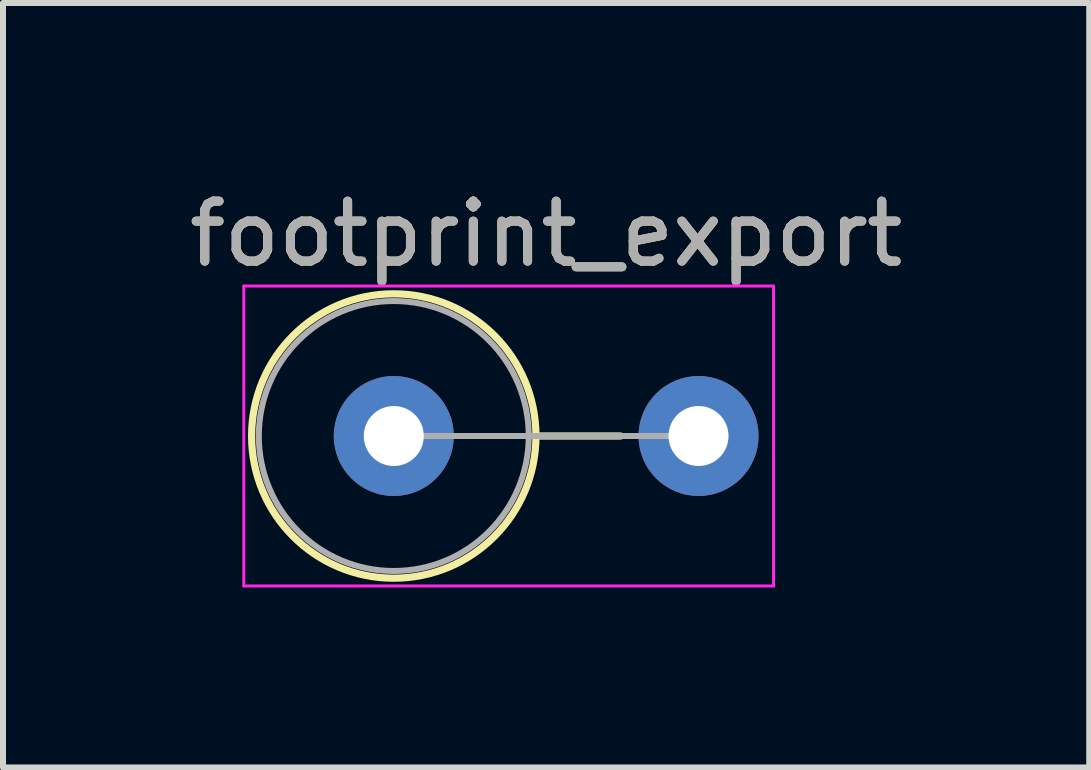
<source format=kicad_pcb>
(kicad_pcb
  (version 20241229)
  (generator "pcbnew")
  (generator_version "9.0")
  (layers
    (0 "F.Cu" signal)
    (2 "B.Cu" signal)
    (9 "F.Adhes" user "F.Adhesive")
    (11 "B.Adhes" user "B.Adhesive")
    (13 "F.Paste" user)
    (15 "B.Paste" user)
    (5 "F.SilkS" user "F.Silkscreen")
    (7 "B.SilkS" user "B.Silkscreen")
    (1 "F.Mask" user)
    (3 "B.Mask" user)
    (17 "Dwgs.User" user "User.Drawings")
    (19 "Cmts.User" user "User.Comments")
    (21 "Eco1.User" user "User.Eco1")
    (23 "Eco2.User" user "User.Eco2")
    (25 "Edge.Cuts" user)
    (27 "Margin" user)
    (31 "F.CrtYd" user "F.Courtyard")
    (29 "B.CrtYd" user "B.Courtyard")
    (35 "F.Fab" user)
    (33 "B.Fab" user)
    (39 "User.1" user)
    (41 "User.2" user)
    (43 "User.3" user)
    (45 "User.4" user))
  (footprint "footprint_export"
    (layer "F.Cu")
    (at 3.514 4.218)
    (property "Reference" "footprint_export" (at 2.54 -3.37 0) (layer "F.SilkS") (effects (font (size 1 1) (thickness 0.15))))
    (attr through_hole)
    (fp_line (start 2.37 0) (end 3.78 0) (stroke (width 0.12) (type solid)) (layer "F.SilkS"))
    (fp_circle (center 0 0) (end 2.37 0) (stroke (width 0.12) (type solid)) (fill no) (layer "F.SilkS"))
    (fp_line (start -2.5 -2.5) (end -2.5 2.5) (stroke (width 0.05) (type solid)) (layer "F.CrtYd"))
    (fp_line (start -2.5 2.5) (end 6.33 2.5) (stroke (width 0.05) (type solid)) (layer "F.CrtYd"))
    (fp_line (start 6.33 -2.5) (end -2.5 -2.5) (stroke (width 0.05) (type solid)) (layer "F.CrtYd"))
    (fp_line (start 6.33 2.5) (end 6.33 -2.5) (stroke (width 0.05) (type solid)) (layer "F.CrtYd"))
    (fp_line (start 0 0) (end 5.08 0) (stroke (width 0.1) (type solid)) (layer "F.Fab"))
    (fp_circle (center 0 0) (end 2.25 0) (stroke (width 0.1) (type solid)) (fill no) (layer "F.Fab"))
    (fp_text user "${REFERENCE}" (at 2.54 -3.37 0) (layer "F.Fab") (effects (font (size 1 1) (thickness 0.15))))
    (pad "1" thru_hole circle (at 0 0) (size 2 2) (drill 1) (layers "*.Cu" "*.Mask"))
    (pad "2" thru_hole oval (at 5.08 0) (size 2 2) (drill 1) (layers "*.Cu" "*.Mask")))
  (gr_rect
    (start -3 -3)
    (end 15.107 9.743)
    (stroke (width 0.1) (type default))
    (fill no)
    (layer "Edge.Cuts")))
</source>
